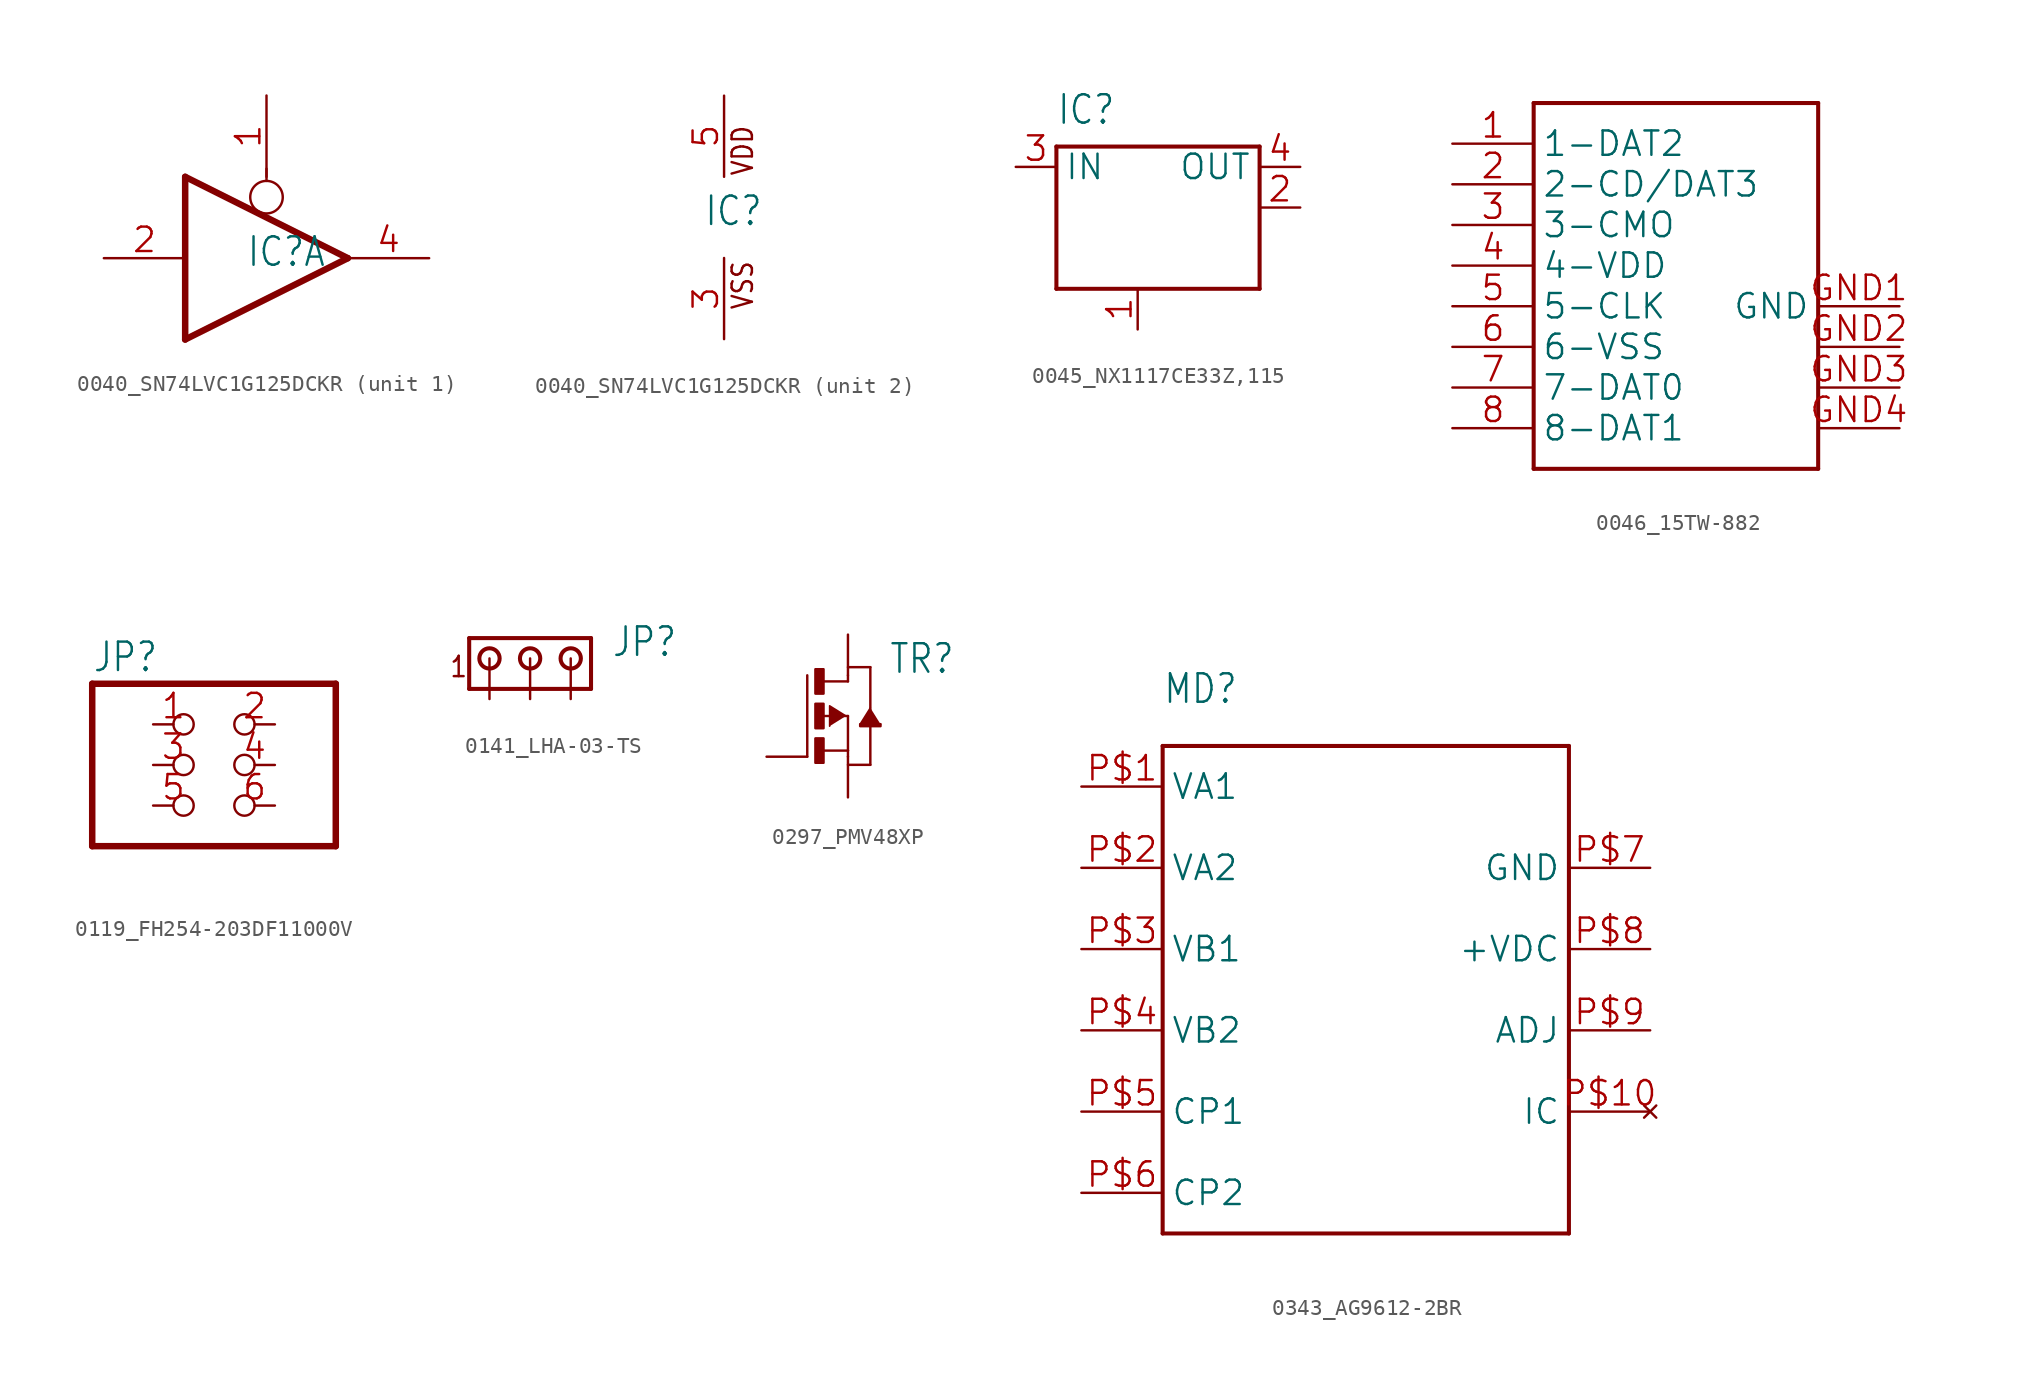
<source format=kicad_sym>
(kicad_symbol_lib
  (version 20241209)
  (generator "kicad_symbol_editor")
  (generator_version "9.0")
  (symbol "0040_SN74LVC1G125DCKR"
    (property "Reference" "IC"
      (at -1.27 -0.635 0)
      (effects (font (size 1.778 1.511)) (justify left bottom)))
    (property "ki_locked" ""
      (at 0 0 0)
      (effects (font (size 1.27 1.27))))
    (symbol "0040_SN74LVC1G125DCKR_1_0"
      (polyline (pts (xy -5.08 -5.08) (xy -5.08 5.08)) (stroke (width 0.406) (type solid)) (fill (type none)))
      (polyline (pts (xy 0 4.826) (xy 0 5.588)) (stroke (width 0.152) (type solid)) (fill (type none)))
      (circle (center 0 3.81) (radius 1.016) (stroke (width 0.152) (type solid)) (fill (type none)))
      (polyline (pts (xy 5.08 0) (xy -5.08 5.08)) (stroke (width 0.406) (type solid)) (fill (type none)))
      (polyline (pts (xy 5.08 0) (xy -5.08 -5.08)) (stroke (width 0.406) (type solid)) (fill (type none)))
      (pin input line (at -10.16 0 0) (length 5.08) (name "I" (effects (font (size 0 0)))) (number "2" (effects (font (size 1.524 1.524)))))
      (pin input line (at 0 10.16 270) (length 5.08) (name "OE" (effects (font (size 0 0)))) (number "1" (effects (font (size 1.524 1.524)))))
      (pin tri_state line (at 10.16 0 180) (length 5.08) (name "O" (effects (font (size 0 0)))) (number "4" (effects (font (size 1.524 1.524))))))
    (symbol "0040_SN74LVC1G125DCKR_2_0"
      (text "VDD" (at 1.905 2.54 900) (effects (font (size 1.27 1.079)) (justify left bottom)))
      (text "VSS" (at 1.905 -5.842 900) (effects (font (size 1.27 1.079)) (justify left bottom)))
      (pin power_in line (at 0 7.62 270) (length 5.08) (name "VDD" (effects (font (size 0 0)))) (number "5" (effects (font (size 1.524 1.524)))))
      (pin power_in line (at 0 -7.62 90) (length 5.08) (name "VSS" (effects (font (size 0 0)))) (number "3" (effects (font (size 1.524 1.524)))))))
  (symbol "0045_NX1117CE33Z,115"
    (property "Reference" "IC"
      (at -5.08 7.62 0)
      (effects (font (size 1.778 1.511)) (justify left bottom)))
    (property "Value" ""
      (at 3.81 -5.08 0)
      (effects (font (size 1.778 1.511)) (justify left bottom)))
    (property "ki_locked" ""
      (at 0 0 0)
      (effects (font (size 1.27 1.27))))
    (symbol "0045_NX1117CE33Z,115_1_0"
      (polyline (pts (xy -5.08 6.35) (xy 7.62 6.35)) (stroke (width 0.254) (type solid)) (fill (type none)))
      (polyline (pts (xy -5.08 -2.54) (xy -5.08 6.35)) (stroke (width 0.254) (type solid)) (fill (type none)))
      (polyline (pts (xy 7.62 6.35) (xy 7.62 -2.54)) (stroke (width 0.254) (type solid)) (fill (type none)))
      (polyline (pts (xy 7.62 -2.54) (xy -5.08 -2.54)) (stroke (width 0.254) (type solid)) (fill (type none)))
      (pin input line (at -7.62 5.08 0) (length 2.54) (name "IN" (effects (font (size 1.524 1.524)))) (number "3" (effects (font (size 1.524 1.524)))))
      (pin input line (at 0 -5.08 90) (length 2.54) (name "GND/ADJ" (effects (font (size 0 0)))) (number "1" (effects (font (size 1.524 1.524)))))
      (pin passive line (at 10.16 5.08 180) (length 2.54) (name "OUT" (effects (font (size 1.524 1.524)))) (number "4" (effects (font (size 1.524 1.524)))))
      (pin passive line (at 10.16 2.54 180) (length 2.54) (name "OUT@1" (effects (font (size 0 0)))) (number "2" (effects (font (size 1.524 1.524)))))))
  (symbol "0046_15TW-882"
    (property "Reference" "SD"
      (at 0 0 0)
      (effects (font (size 1.27 1.27)) (hide yes)))
    (property "ki_locked" ""
      (at 0 0 0)
      (effects (font (size 1.27 1.27))))
    (symbol "0046_15TW-882_1_0"
      (polyline (pts (xy -7.62 12.7) (xy -7.62 -10.16)) (stroke (width 0.254) (type solid)) (fill (type none)))
      (polyline (pts (xy -7.62 -10.16) (xy 10.16 -10.16)) (stroke (width 0.254) (type solid)) (fill (type none)))
      (polyline (pts (xy 10.16 12.7) (xy -7.62 12.7)) (stroke (width 0.254) (type solid)) (fill (type none)))
      (polyline (pts (xy 10.16 -10.16) (xy 10.16 12.7)) (stroke (width 0.254) (type solid)) (fill (type none)))
      (pin bidirectional line (at -12.7 10.16 0) (length 5.08) (name "1-DAT2" (effects (font (size 1.524 1.524)))) (number "1" (effects (font (size 1.524 1.524)))))
      (pin bidirectional line (at -12.7 7.62 0) (length 5.08) (name "2-CD/DAT3" (effects (font (size 1.524 1.524)))) (number "2" (effects (font (size 1.524 1.524)))))
      (pin bidirectional line (at -12.7 5.08 0) (length 5.08) (name "3-CMO" (effects (font (size 1.524 1.524)))) (number "3" (effects (font (size 1.524 1.524)))))
      (pin bidirectional line (at -12.7 2.54 0) (length 5.08) (name "4-VDD" (effects (font (size 1.524 1.524)))) (number "4" (effects (font (size 1.524 1.524)))))
      (pin bidirectional line (at -12.7 0 0) (length 5.08) (name "5-CLK" (effects (font (size 1.524 1.524)))) (number "5" (effects (font (size 1.524 1.524)))))
      (pin bidirectional line (at -12.7 -2.54 0) (length 5.08) (name "6-VSS" (effects (font (size 1.524 1.524)))) (number "6" (effects (font (size 1.524 1.524)))))
      (pin bidirectional line (at -12.7 -5.08 0) (length 5.08) (name "7-DAT0" (effects (font (size 1.524 1.524)))) (number "7" (effects (font (size 1.524 1.524)))))
      (pin bidirectional line (at -12.7 -7.62 0) (length 5.08) (name "8-DAT1" (effects (font (size 1.524 1.524)))) (number "8" (effects (font (size 1.524 1.524)))))
      (pin power_in line (at 15.24 0 180) (length 5.08) (name "GND" (effects (font (size 1.524 1.524)))) (number "GND1" (effects (font (size 1.524 1.524)))))
      (pin power_in line (at 15.24 -2.54 180) (length 5.08) (name "GND1" (effects (font (size 0 0)))) (number "GND2" (effects (font (size 1.524 1.524)))))
      (pin power_in line (at 15.24 -5.08 180) (length 5.08) (name "GND2" (effects (font (size 0 0)))) (number "GND3" (effects (font (size 1.524 1.524)))))
      (pin power_in line (at 15.24 -7.62 180) (length 5.08) (name "GND3" (effects (font (size 0 0)))) (number "GND4" (effects (font (size 1.524 1.524)))))))
  (symbol "0119_FH254-203DF11000V"
    (property "Reference" "JP"
      (at -6.35 5.715 0)
      (effects (font (size 1.778 1.511)) (justify left bottom)))
    (property "Value" ""
      (at -6.35 -7.62 0)
      (effects (font (size 1.778 1.511)) (justify left bottom)))
    (property "ki_locked" ""
      (at 0 0 0)
      (effects (font (size 1.27 1.27))))
    (symbol "0119_FH254-203DF11000V_1_0"
      (polyline (pts (xy -6.35 5.08) (xy -6.35 -5.08)) (stroke (width 0.406) (type solid)) (fill (type none)))
      (polyline (pts (xy -6.35 -5.08) (xy 8.89 -5.08)) (stroke (width 0.406) (type solid)) (fill (type none)))
      (polyline (pts (xy 8.89 5.08) (xy -6.35 5.08)) (stroke (width 0.406) (type solid)) (fill (type none)))
      (polyline (pts (xy 8.89 -5.08) (xy 8.89 5.08)) (stroke (width 0.406) (type solid)) (fill (type none)))
      (pin passive inverted (at -2.54 2.54 0) (length 2.54) (name "1" (effects (font (size 0 0)))) (number "1" (effects (font (size 1.524 1.524)))))
      (pin passive inverted (at -2.54 0 0) (length 2.54) (name "3" (effects (font (size 0 0)))) (number "3" (effects (font (size 1.524 1.524)))))
      (pin passive inverted (at -2.54 -2.54 0) (length 2.54) (name "5" (effects (font (size 0 0)))) (number "5" (effects (font (size 1.524 1.524)))))
      (pin passive inverted (at 5.08 2.54 180) (length 2.54) (name "2" (effects (font (size 0 0)))) (number "2" (effects (font (size 1.524 1.524)))))
      (pin passive inverted (at 5.08 0 180) (length 2.54) (name "4" (effects (font (size 0 0)))) (number "4" (effects (font (size 1.524 1.524)))))
      (pin passive inverted (at 5.08 -2.54 180) (length 2.54) (name "6" (effects (font (size 0 0)))) (number "6" (effects (font (size 1.524 1.524)))))))
  (symbol "0141_LHA-03-TS"
    (property "Reference" "JP"
      (at 5.08 0 0)
      (effects (font (size 1.778 1.511)) (justify left bottom)))
    (property "Value" ""
      (at 5.08 -3.81 0)
      (effects (font (size 1.778 1.511)) (justify left bottom)))
    (property "ki_locked" ""
      (at 0 0 0)
      (effects (font (size 1.27 1.27))))
    (symbol "0141_LHA-03-TS_1_0"
      (polyline (pts (xy -3.81 1.27) (xy -3.81 -1.905)) (stroke (width 0.254) (type solid)) (fill (type none)))
      (polyline (pts (xy -3.81 1.27) (xy 3.81 1.27)) (stroke (width 0.254) (type solid)) (fill (type none)))
      (circle (center -2.54 0) (radius 0.635) (stroke (width 0.254) (type solid)) (fill (type none)))
      (circle (center 0 0) (radius 0.635) (stroke (width 0.254) (type solid)) (fill (type none)))
      (circle (center 2.54 0) (radius 0.635) (stroke (width 0.254) (type solid)) (fill (type none)))
      (polyline (pts (xy 3.81 -1.905) (xy -3.81 -1.905)) (stroke (width 0.254) (type solid)) (fill (type none)))
      (polyline (pts (xy 3.81 -1.905) (xy 3.81 1.27)) (stroke (width 0.254) (type solid)) (fill (type none)))
      (text "1" (at -5.08 -1.27 0) (effects (font (size 1.27 1.079)) (justify left bottom)))
      (pin passive line (at -2.54 -2.54 90) (length 2.54) (name "1" (effects (font (size 0 0)))) (number "1" (effects (font (size 0 0)))))
      (pin passive line (at 0 -2.54 90) (length 2.54) (name "2" (effects (font (size 0 0)))) (number "2" (effects (font (size 0 0)))))
      (pin passive line (at 2.54 -2.54 90) (length 2.54) (name "3" (effects (font (size 0 0)))) (number "3" (effects (font (size 0 0)))))))
  (symbol "0297_PMV48XP"
    (property "Reference" "TR"
      (at 2.54 2.54 0)
      (effects (font (size 1.778 1.511)) (justify left bottom)))
    (property "Value" ""
      (at 2.54 0 0)
      (effects (font (size 1.778 1.511)) (justify left bottom)))
    (property "ki_locked" ""
      (at 0 0 0)
      (effects (font (size 1.27 1.27))))
    (symbol "0297_PMV48XP_1_0"
      (polyline (pts (xy -2.54 -2.54) (xy -2.54 2.54)) (stroke (width 0.152) (type solid)) (fill (type none)))
      (rectangle (start -2.032 1.397) (end -1.524 2.921) (stroke (width 0) (type default)) (fill (type outline)))
      (rectangle (start -2.032 -0.762) (end -1.524 0.762) (stroke (width 0) (type default)) (fill (type outline)))
      (rectangle (start -2.032 -2.921) (end -1.524 -1.397) (stroke (width 0) (type default)) (fill (type outline)))
      (polyline (pts (xy -1.651 0) (xy 0 0)) (stroke (width 0.152) (type solid)) (fill (type none)))
      (polyline (pts (xy -1.524 2.159) (xy 0 2.159)) (stroke (width 0.152) (type solid)) (fill (type none)))
      (polyline (pts (xy -1.524 -2.159) (xy 0 -2.159)) (stroke (width 0.152) (type solid)) (fill (type none)))
      (polyline (pts (xy -0.127 0) (xy -1.143 0.635) (xy -1.143 -0.635)) (stroke (width 0.102) (type solid)) (fill (type outline)))
      (polyline (pts (xy 0 3.048) (xy 1.397 3.048)) (stroke (width 0.152) (type solid)) (fill (type none)))
      (polyline (pts (xy 0 2.159) (xy 0 2.54)) (stroke (width 0.152) (type solid)) (fill (type none)))
      (polyline (pts (xy 0 0) (xy 0 -2.159)) (stroke (width 0.152) (type solid)) (fill (type none)))
      (polyline (pts (xy 0 -2.159) (xy 0 -2.54)) (stroke (width 0.152) (type solid)) (fill (type none)))
      (rectangle (start 0.762 -0.635) (end 2.032 -0.508) (stroke (width 0) (type default)) (fill (type outline)))
      (polyline (pts (xy 1.397 3.048) (xy 1.397 0.381)) (stroke (width 0.152) (type solid)) (fill (type none)))
      (polyline (pts (xy 1.397 0.508) (xy 0.762 -0.508) (xy 2.032 -0.508)) (stroke (width 0.102) (type solid)) (fill (type outline)))
      (polyline (pts (xy 1.397 -0.508) (xy 1.397 -3.048)) (stroke (width 0.152) (type solid)) (fill (type none)))
      (polyline (pts (xy 1.397 -3.048) (xy 0 -3.048)) (stroke (width 0.152) (type solid)) (fill (type none)))
      (pin passive line (at -5.08 -2.54 0) (length 2.54) (name "G" (effects (font (size 0 0)))) (number "3" (effects (font (size 0 0)))))
      (pin passive line (at 0 5.08 270) (length 2.54) (name "D" (effects (font (size 0 0)))) (number "1" (effects (font (size 0 0)))))
      (pin passive line (at 0 -5.08 90) (length 2.54) (name "S" (effects (font (size 0 0)))) (number "2" (effects (font (size 0 0)))))))
  (symbol "0343_AG9612-2BR"
    (property "Reference" "MD"
      (at -12.7 17.78 0)
      (effects (font (size 1.778 1.511)) (justify left bottom)))
    (property "Value" ""
      (at -12.7 15.24 0)
      (effects (font (size 1.778 1.511)) (justify left bottom)))
    (property "ki_locked" ""
      (at 0 0 0)
      (effects (font (size 1.27 1.27))))
    (symbol "0343_AG9612-2BR_1_0"
      (polyline (pts (xy -12.7 15.24) (xy -12.7 -15.24)) (stroke (width 0.254) (type solid)) (fill (type none)))
      (polyline (pts (xy -12.7 -15.24) (xy 12.7 -15.24)) (stroke (width 0.254) (type solid)) (fill (type none)))
      (polyline (pts (xy 12.7 15.24) (xy -12.7 15.24)) (stroke (width 0.254) (type solid)) (fill (type none)))
      (polyline (pts (xy 12.7 -15.24) (xy 12.7 15.24)) (stroke (width 0.254) (type solid)) (fill (type none)))
      (pin input line (at -17.78 12.7 0) (length 5.08) (name "VA1" (effects (font (size 1.524 1.524)))) (number "P$1" (effects (font (size 1.524 1.524)))))
      (pin input line (at -17.78 7.62 0) (length 5.08) (name "VA2" (effects (font (size 1.524 1.524)))) (number "P$2" (effects (font (size 1.524 1.524)))))
      (pin input line (at -17.78 2.54 0) (length 5.08) (name "VB1" (effects (font (size 1.524 1.524)))) (number "P$3" (effects (font (size 1.524 1.524)))))
      (pin input line (at -17.78 -2.54 0) (length 5.08) (name "VB2" (effects (font (size 1.524 1.524)))) (number "P$4" (effects (font (size 1.524 1.524)))))
      (pin input line (at -17.78 -7.62 0) (length 5.08) (name "CP1" (effects (font (size 1.524 1.524)))) (number "P$5" (effects (font (size 1.524 1.524)))))
      (pin input line (at -17.78 -12.7 0) (length 5.08) (name "CP2" (effects (font (size 1.524 1.524)))) (number "P$6" (effects (font (size 1.524 1.524)))))
      (pin power_in line (at 17.78 7.62 180) (length 5.08) (name "GND" (effects (font (size 1.524 1.524)))) (number "P$7" (effects (font (size 1.524 1.524)))))
      (pin power_in line (at 17.78 2.54 180) (length 5.08) (name "+VDC" (effects (font (size 1.524 1.524)))) (number "P$8" (effects (font (size 1.524 1.524)))))
      (pin passive line (at 17.78 -2.54 180) (length 5.08) (name "ADJ" (effects (font (size 1.524 1.524)))) (number "P$9" (effects (font (size 1.524 1.524)))))
      (pin no_connect line (at 17.78 -7.62 180) (length 5.08) (name "IC" (effects (font (size 1.524 1.524)))) (number "P$10" (effects (font (size 1.524 1.524))))))))
</source>
